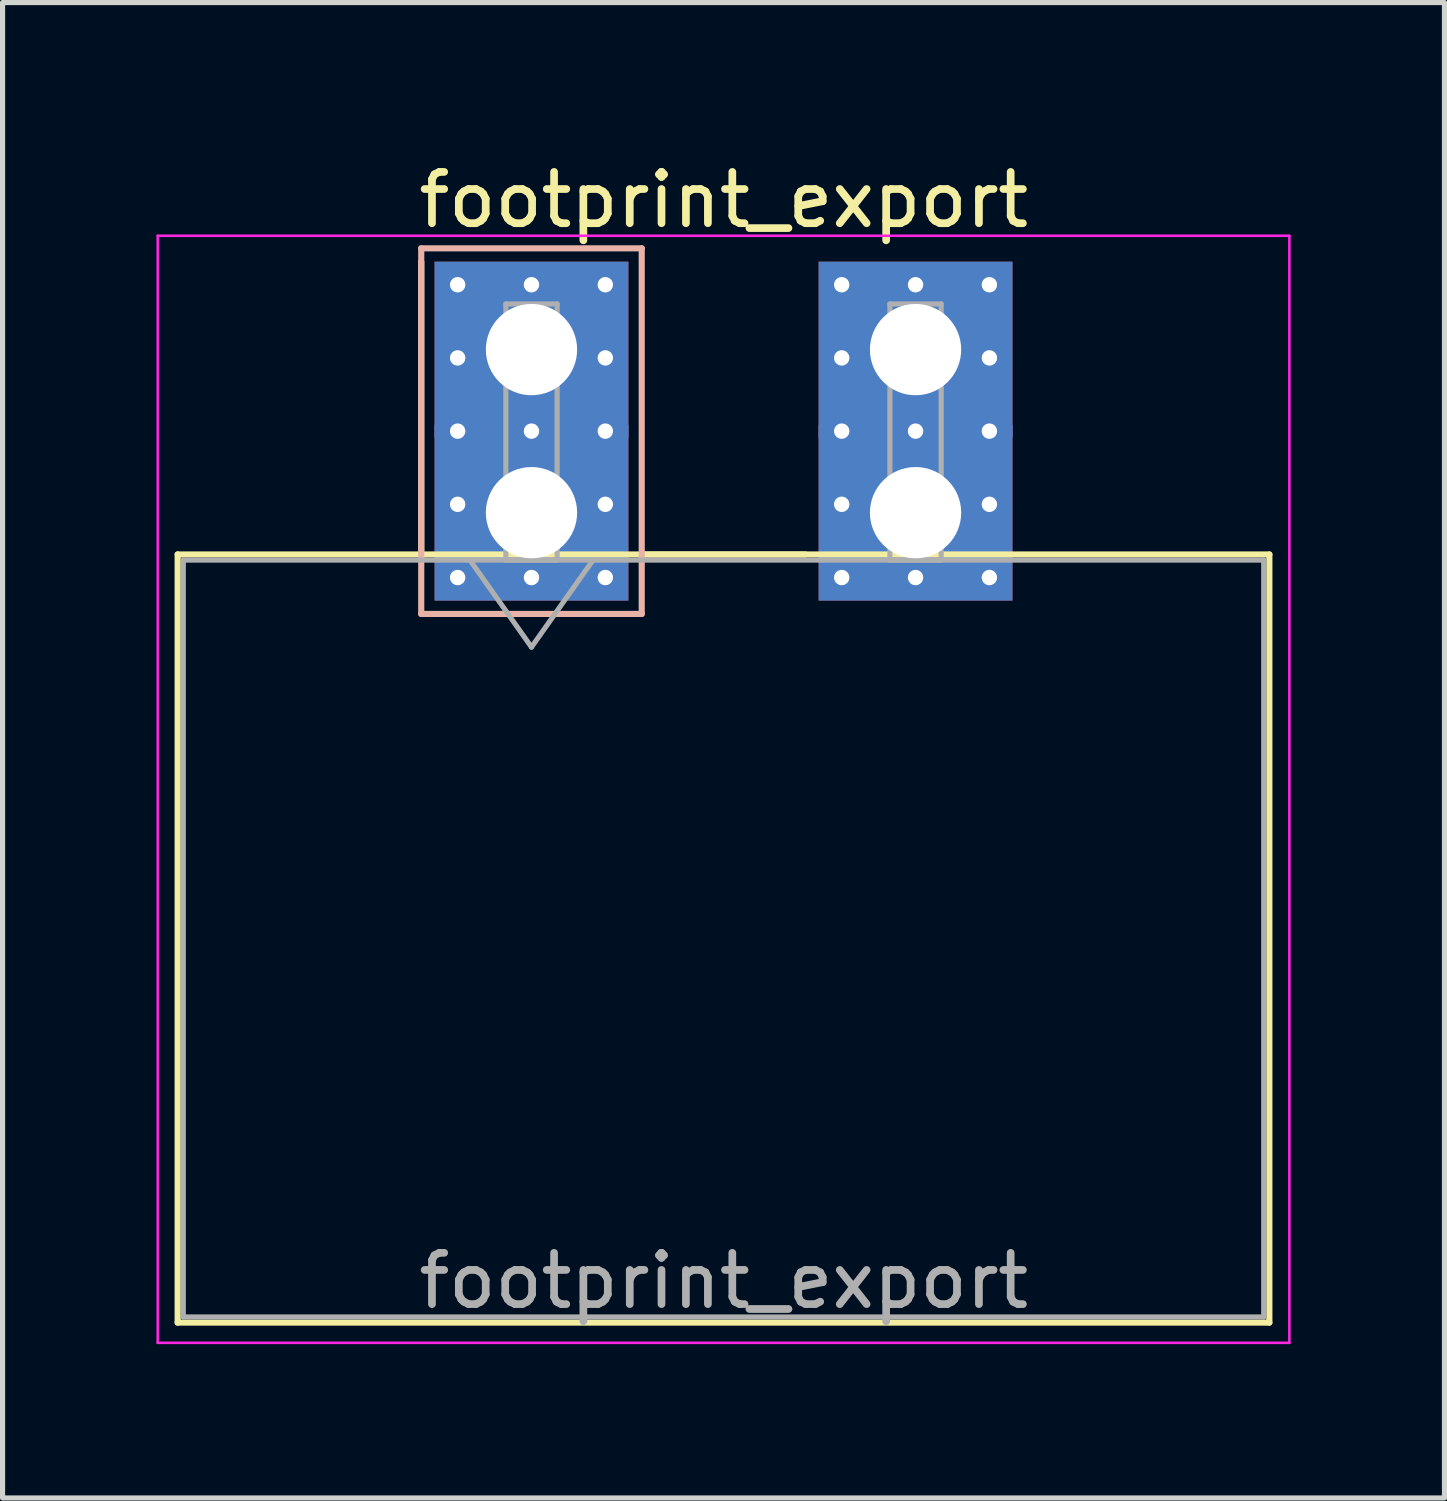
<source format=kicad_pcb>
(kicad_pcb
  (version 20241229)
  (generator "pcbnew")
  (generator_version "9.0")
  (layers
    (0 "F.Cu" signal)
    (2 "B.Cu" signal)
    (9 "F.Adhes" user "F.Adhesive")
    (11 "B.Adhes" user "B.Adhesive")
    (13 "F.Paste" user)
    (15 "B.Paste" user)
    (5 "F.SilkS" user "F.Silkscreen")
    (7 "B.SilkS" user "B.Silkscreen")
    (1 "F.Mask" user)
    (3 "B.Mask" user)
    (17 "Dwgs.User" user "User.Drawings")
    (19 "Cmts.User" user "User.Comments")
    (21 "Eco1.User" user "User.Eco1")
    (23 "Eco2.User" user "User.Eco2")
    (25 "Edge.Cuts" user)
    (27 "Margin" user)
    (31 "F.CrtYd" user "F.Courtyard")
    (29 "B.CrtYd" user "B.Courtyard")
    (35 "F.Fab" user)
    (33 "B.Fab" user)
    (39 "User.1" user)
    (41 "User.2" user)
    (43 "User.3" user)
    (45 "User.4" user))
  (footprint "footprint_export"
    (layer "F.Cu")
    (at 7.315 6.948)
    (property "Reference" "footprint_export" (at 3.75 -6.1 0) (layer "F.SilkS") (effects (font (size 1 1) (thickness 0.15))))
    (attr through_hole)
    (fp_line (start -6.9 0.815) (end -6.9 15.795) (stroke (width 0.12) (type solid)) (layer "F.SilkS"))
    (fp_line (start -6.9 15.795) (end 14.39 15.795) (stroke (width 0.12) (type solid)) (layer "F.SilkS"))
    (fp_line (start -2.15 0.815) (end -2.15 -4.895) (stroke (width 0.12) (type solid)) (layer "F.SilkS"))
    (fp_line (start 2.15 0.815) (end 5.34 0.815) (stroke (width 0.12) (type solid)) (layer "F.SilkS"))
    (fp_line (start 14.39 0.815) (end -6.9 0.815) (stroke (width 0.12) (type solid)) (layer "F.SilkS"))
    (fp_line (start 14.39 15.795) (end 14.39 0.815) (stroke (width 0.12) (type solid)) (layer "F.SilkS"))
    (fp_line (start -2.15 -5.155) (end -2.15 1.975) (stroke (width 0.12) (type solid)) (layer "B.SilkS"))
    (fp_line (start -2.15 1.975) (end 2.15 1.975) (stroke (width 0.12) (type solid)) (layer "B.SilkS"))
    (fp_line (start 2.15 -5.155) (end -2.15 -5.155) (stroke (width 0.12) (type solid)) (layer "B.SilkS"))
    (fp_line (start 2.15 1.975) (end 2.15 -5.155) (stroke (width 0.12) (type solid)) (layer "B.SilkS"))
    (fp_line (start -7.29 -5.4) (end -7.29 16.19) (stroke (width 0.05) (type solid)) (layer "F.CrtYd"))
    (fp_line (start -7.29 16.19) (end 14.78 16.19) (stroke (width 0.05) (type solid)) (layer "F.CrtYd"))
    (fp_line (start 14.78 -5.4) (end -7.29 -5.4) (stroke (width 0.05) (type solid)) (layer "F.CrtYd"))
    (fp_line (start 14.78 16.19) (end 14.78 -5.4) (stroke (width 0.05) (type solid)) (layer "F.CrtYd"))
    (fp_line (start -6.79 0.925) (end -6.79 15.685) (stroke (width 0.1) (type solid)) (layer "F.Fab"))
    (fp_line (start -6.79 15.685) (end 14.28 15.685) (stroke (width 0.1) (type solid)) (layer "F.Fab"))
    (fp_line (start -1.2 0.925) (end 0 2.622) (stroke (width 0.1) (type solid)) (layer "F.Fab"))
    (fp_line (start -0.5 -4.07) (end 0.5 -4.07) (stroke (width 0.1) (type solid)) (layer "F.Fab"))
    (fp_line (start -0.5 0.925) (end -0.5 -4.07) (stroke (width 0.1) (type solid)) (layer "F.Fab"))
    (fp_line (start 0 2.622) (end 1.2 0.925) (stroke (width 0.1) (type solid)) (layer "F.Fab"))
    (fp_line (start 0.5 -4.07) (end 0.5 0.925) (stroke (width 0.1) (type solid)) (layer "F.Fab"))
    (fp_line (start 0.5 0.925) (end -0.5 0.925) (stroke (width 0.1) (type solid)) (layer "F.Fab"))
    (fp_line (start 6.99 -4.07) (end 7.99 -4.07) (stroke (width 0.1) (type solid)) (layer "F.Fab"))
    (fp_line (start 6.99 0.925) (end 6.99 -4.07) (stroke (width 0.1) (type solid)) (layer "F.Fab"))
    (fp_line (start 7.99 -4.07) (end 7.99 0.925) (stroke (width 0.1) (type solid)) (layer "F.Fab"))
    (fp_line (start 7.99 0.925) (end 6.99 0.925) (stroke (width 0.1) (type solid)) (layer "F.Fab"))
    (fp_line (start 14.28 0.925) (end -6.79 0.925) (stroke (width 0.1) (type solid)) (layer "F.Fab"))
    (fp_line (start 14.28 15.685) (end 14.28 0.925) (stroke (width 0.1) (type solid)) (layer "F.Fab"))
    (fp_text user "${REFERENCE}" (at 3.75 14.98 0) (layer "F.Fab") (effects (font (size 1 1) (thickness 0.15))))
    (pad "1" thru_hole rect (at -1.44 -4.445) (size 0.6 0.6) (drill 0.3) (layers "*.Cu" "*.Mask"))
    (pad "1" thru_hole rect (at -1.44 -3.018) (size 0.6 0.6) (drill 0.3) (layers "*.Cu" "*.Mask"))
    (pad "1" thru_hole rect (at -1.44 -1.59) (size 0.6 0.6) (drill 0.3) (layers "*.Cu" "*.Mask"))
    (pad "1" thru_hole rect (at -1.44 -0.163) (size 0.6 0.6) (drill 0.3) (layers "*.Cu" "*.Mask"))
    (pad "1" thru_hole rect (at -1.44 1.265) (size 0.6 0.6) (drill 0.3) (layers "*.Cu" "*.Mask"))
    (pad "1" thru_hole rect (at 0 -4.445) (size 0.6 0.6) (drill 0.3) (layers "*.Cu" "*.Mask"))
    (pad "1" thru_hole rect (at 0 -3.18) (size 3.78 3.43) (drill 1.78) (layers "*.Cu" "*.Mask"))
    (pad "1" thru_hole rect (at 0 -1.59) (size 0.6 0.6) (drill 0.3) (layers "*.Cu" "*.Mask"))
    (pad "1" thru_hole rect (at 0 0) (size 3.78 3.43) (drill 1.78) (layers "*.Cu" "*.Mask"))
    (pad "1" thru_hole rect (at 0 1.265) (size 0.6 0.6) (drill 0.3) (layers "*.Cu" "*.Mask"))
    (pad "1" thru_hole rect (at 1.44 -4.445) (size 0.6 0.6) (drill 0.3) (layers "*.Cu" "*.Mask"))
    (pad "1" thru_hole rect (at 1.44 -3.018) (size 0.6 0.6) (drill 0.3) (layers "*.Cu" "*.Mask"))
    (pad "1" thru_hole rect (at 1.44 -1.59) (size 0.6 0.6) (drill 0.3) (layers "*.Cu" "*.Mask"))
    (pad "1" thru_hole rect (at 1.44 -0.163) (size 0.6 0.6) (drill 0.3) (layers "*.Cu" "*.Mask"))
    (pad "1" thru_hole rect (at 1.44 1.265) (size 0.6 0.6) (drill 0.3) (layers "*.Cu" "*.Mask"))
    (pad "2" thru_hole circle (at 6.05 -4.445) (size 0.6 0.6) (drill 0.3) (layers "*.Cu" "*.Mask"))
    (pad "2" thru_hole circle (at 6.05 -3.018) (size 0.6 0.6) (drill 0.3) (layers "*.Cu" "*.Mask"))
    (pad "2" thru_hole circle (at 6.05 -1.59) (size 0.6 0.6) (drill 0.3) (layers "*.Cu" "*.Mask"))
    (pad "2" thru_hole circle (at 6.05 -0.163) (size 0.6 0.6) (drill 0.3) (layers "*.Cu" "*.Mask"))
    (pad "2" thru_hole circle (at 6.05 1.265) (size 0.6 0.6) (drill 0.3) (layers "*.Cu" "*.Mask"))
    (pad "2" thru_hole circle (at 7.49 -4.445) (size 0.6 0.6) (drill 0.3) (layers "*.Cu" "*.Mask"))
    (pad "2" thru_hole rect (at 7.49 -3.18) (size 3.78 3.43) (drill 1.78) (layers "*.Cu" "*.Mask"))
    (pad "2" thru_hole circle (at 7.49 -1.59) (size 0.6 0.6) (drill 0.3) (layers "*.Cu" "*.Mask"))
    (pad "2" thru_hole rect (at 7.49 0) (size 3.78 3.43) (drill 1.78) (layers "*.Cu" "*.Mask"))
    (pad "2" thru_hole circle (at 7.49 1.265) (size 0.6 0.6) (drill 0.3) (layers "*.Cu" "*.Mask"))
    (pad "2" thru_hole circle (at 8.93 -4.445) (size 0.6 0.6) (drill 0.3) (layers "*.Cu" "*.Mask"))
    (pad "2" thru_hole circle (at 8.93 -3.018) (size 0.6 0.6) (drill 0.3) (layers "*.Cu" "*.Mask"))
    (pad "2" thru_hole circle (at 8.93 -1.59) (size 0.6 0.6) (drill 0.3) (layers "*.Cu" "*.Mask"))
    (pad "2" thru_hole circle (at 8.93 -0.163) (size 0.6 0.6) (drill 0.3) (layers "*.Cu" "*.Mask"))
    (pad "2" thru_hole circle (at 8.93 1.265) (size 0.6 0.6) (drill 0.3) (layers "*.Cu" "*.Mask")))
  (gr_rect
    (start -3 -3)
    (end 25.12 26.163)
    (stroke (width 0.1) (type default))
    (fill no)
    (layer "Edge.Cuts")))
</source>
